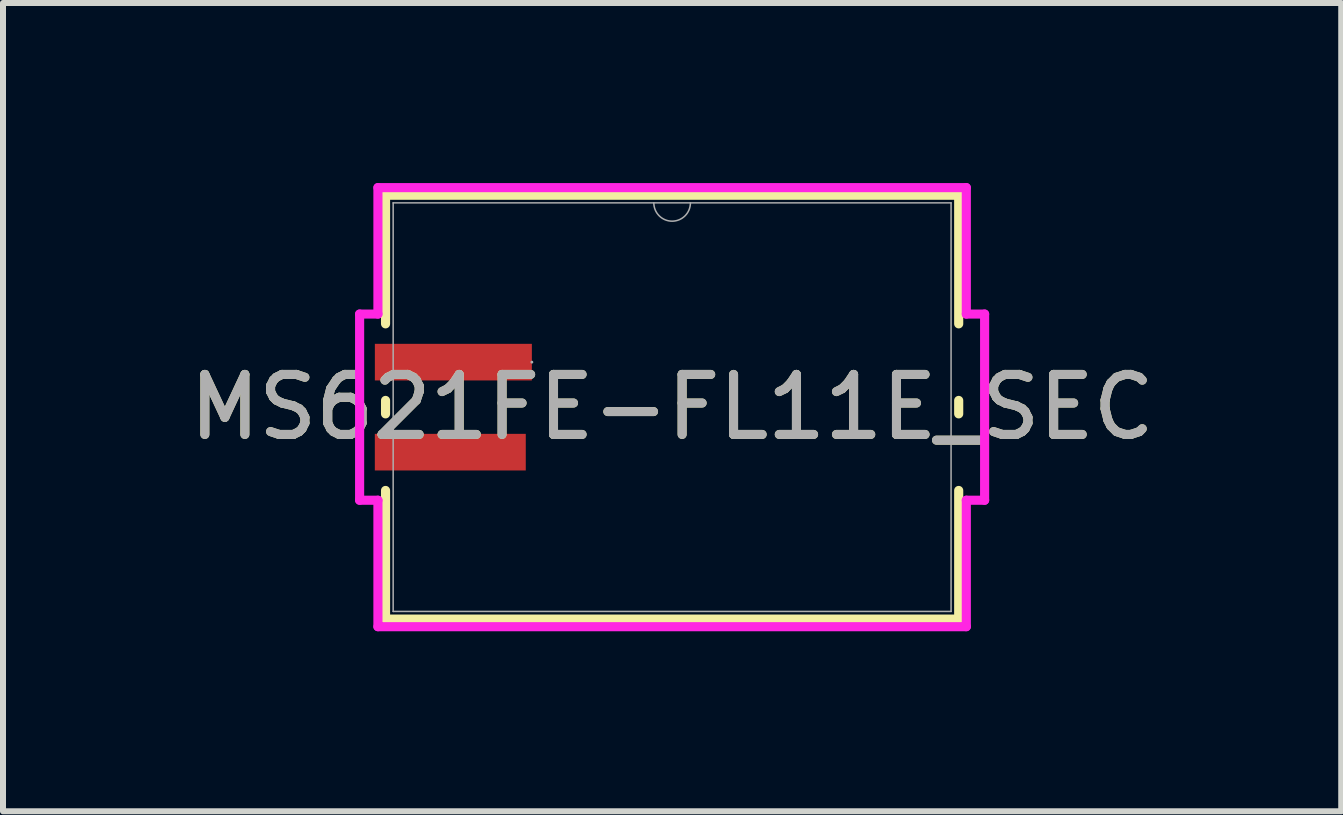
<source format=kicad_pcb>
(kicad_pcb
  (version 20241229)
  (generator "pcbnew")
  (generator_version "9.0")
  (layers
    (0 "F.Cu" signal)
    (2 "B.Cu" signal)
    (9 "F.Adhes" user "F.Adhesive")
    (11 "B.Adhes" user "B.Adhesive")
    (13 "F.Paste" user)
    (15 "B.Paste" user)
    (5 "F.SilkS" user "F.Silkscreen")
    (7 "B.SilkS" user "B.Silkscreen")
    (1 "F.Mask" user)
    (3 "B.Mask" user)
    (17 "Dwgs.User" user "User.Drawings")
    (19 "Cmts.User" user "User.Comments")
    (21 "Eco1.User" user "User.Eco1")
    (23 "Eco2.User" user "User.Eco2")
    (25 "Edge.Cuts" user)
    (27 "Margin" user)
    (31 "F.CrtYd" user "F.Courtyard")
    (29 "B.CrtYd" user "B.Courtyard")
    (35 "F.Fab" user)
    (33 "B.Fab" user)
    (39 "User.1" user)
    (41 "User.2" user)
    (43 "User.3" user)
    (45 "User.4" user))
  (footprint "MS621FE-FL11E_SEC"
    (layer "F.Cu")
    (at 8.149 3.734)
    (property "Reference" "MS621FE-FL11E_SEC" (at 0 0 0) (unlocked yes) (layer "F.SilkS") (effects (font (size 1 1) (thickness 0.15))))
    (attr smd)
    (fp_line (start -4.775 -3.531) (end -4.775 -1.388) (stroke (width 0.152) (type solid)) (layer "F.SilkS"))
    (fp_line (start -4.775 -0.112) (end -4.775 0.112) (stroke (width 0.152) (type solid)) (layer "F.SilkS"))
    (fp_line (start -4.775 1.388) (end -4.775 3.531) (stroke (width 0.152) (type solid)) (layer "F.SilkS"))
    (fp_line (start -4.775 3.531) (end 4.775 3.531) (stroke (width 0.152) (type solid)) (layer "F.SilkS"))
    (fp_line (start 4.775 -3.531) (end -4.775 -3.531) (stroke (width 0.152) (type solid)) (layer "F.SilkS"))
    (fp_line (start 4.775 -1.388) (end 4.775 -3.531) (stroke (width 0.152) (type solid)) (layer "F.SilkS"))
    (fp_line (start 4.775 0.112) (end 4.775 -0.112) (stroke (width 0.152) (type solid)) (layer "F.SilkS"))
    (fp_line (start 4.775 3.531) (end 4.775 1.388) (stroke (width 0.152) (type solid)) (layer "F.SilkS"))
    (fp_line (start -5.207 -1.551) (end -4.902 -1.551) (stroke (width 0.152) (type solid)) (layer "F.CrtYd"))
    (fp_line (start -5.207 1.551) (end -5.207 -1.551) (stroke (width 0.152) (type solid)) (layer "F.CrtYd"))
    (fp_line (start -5.207 1.551) (end -4.902 1.551) (stroke (width 0.152) (type solid)) (layer "F.CrtYd"))
    (fp_line (start -4.902 -3.658) (end 4.902 -3.658) (stroke (width 0.152) (type solid)) (layer "F.CrtYd"))
    (fp_line (start -4.902 -1.551) (end -4.902 -3.658) (stroke (width 0.152) (type solid)) (layer "F.CrtYd"))
    (fp_line (start -4.902 3.658) (end -4.902 1.551) (stroke (width 0.152) (type solid)) (layer "F.CrtYd"))
    (fp_line (start 4.902 -3.658) (end 4.902 -1.551) (stroke (width 0.152) (type solid)) (layer "F.CrtYd"))
    (fp_line (start 4.902 1.551) (end 4.902 3.658) (stroke (width 0.152) (type solid)) (layer "F.CrtYd"))
    (fp_line (start 4.902 3.658) (end -4.902 3.658) (stroke (width 0.152) (type solid)) (layer "F.CrtYd"))
    (fp_line (start 5.207 -1.551) (end 4.902 -1.551) (stroke (width 0.152) (type solid)) (layer "F.CrtYd"))
    (fp_line (start 5.207 -1.551) (end 5.207 1.551) (stroke (width 0.152) (type solid)) (layer "F.CrtYd"))
    (fp_line (start 5.207 1.551) (end 4.902 1.551) (stroke (width 0.152) (type solid)) (layer "F.CrtYd"))
    (fp_line (start -4.648 -3.404) (end -4.648 3.404) (stroke (width 0.025) (type solid)) (layer "F.Fab"))
    (fp_line (start -4.648 3.404) (end 4.648 3.404) (stroke (width 0.025) (type solid)) (layer "F.Fab"))
    (fp_line (start 4.648 -3.404) (end -4.648 -3.404) (stroke (width 0.025) (type solid)) (layer "F.Fab"))
    (fp_line (start 4.648 3.404) (end 4.648 -3.404) (stroke (width 0.025) (type solid)) (layer "F.Fab"))
    (fp_arc (start 0.3048 -3.4036) (mid 0 -3.0988) (end -0.3048 -3.4036) (stroke (width 0.0254) (type solid)) (layer "F.Fab"))
    (fp_circle (center -2.337 -0.75) (end -2.337 -0.75) (stroke (width 0.025) (type solid)) (fill no) (layer "F.Fab"))
    (fp_text user "${REFERENCE}" (at 0 0 0) (unlocked yes) (layer "F.Fab") (effects (font (size 1 1) (thickness 0.15))))
    (pad "1" smd rect (at -3.645 -0.75) (size 2.616 0.61) (layers "F.Cu" "F.Mask" "F.Paste"))
    (pad "2" smd rect (at -3.696 0.75) (size 2.515 0.61) (layers "F.Cu" "F.Mask" "F.Paste")))
  (gr_rect
    (start -3 -3)
    (end 19.298 10.468)
    (stroke (width 0.1) (type default))
    (fill no)
    (layer "Edge.Cuts")))
</source>
